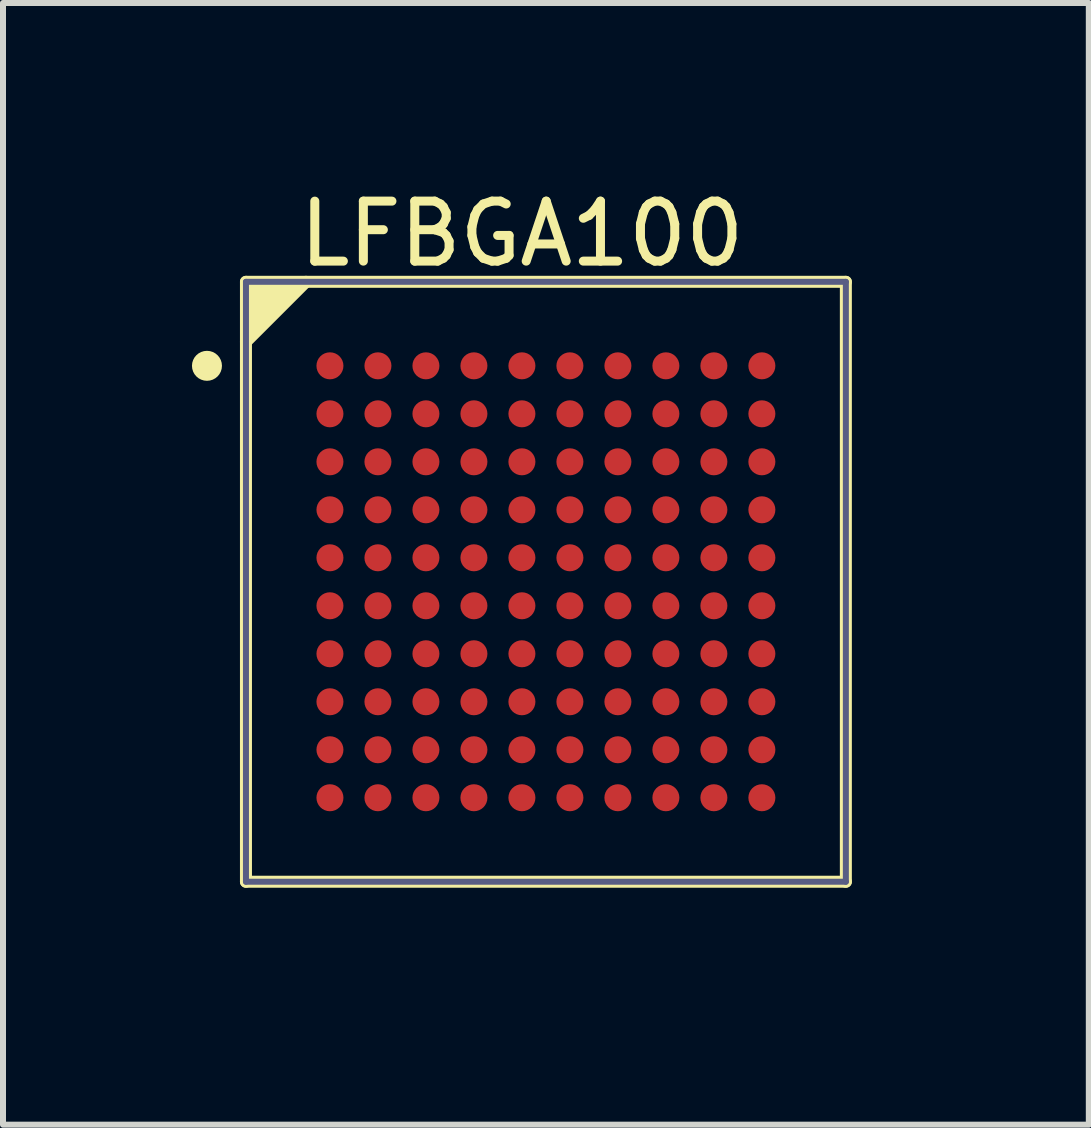
<source format=kicad_pcb>
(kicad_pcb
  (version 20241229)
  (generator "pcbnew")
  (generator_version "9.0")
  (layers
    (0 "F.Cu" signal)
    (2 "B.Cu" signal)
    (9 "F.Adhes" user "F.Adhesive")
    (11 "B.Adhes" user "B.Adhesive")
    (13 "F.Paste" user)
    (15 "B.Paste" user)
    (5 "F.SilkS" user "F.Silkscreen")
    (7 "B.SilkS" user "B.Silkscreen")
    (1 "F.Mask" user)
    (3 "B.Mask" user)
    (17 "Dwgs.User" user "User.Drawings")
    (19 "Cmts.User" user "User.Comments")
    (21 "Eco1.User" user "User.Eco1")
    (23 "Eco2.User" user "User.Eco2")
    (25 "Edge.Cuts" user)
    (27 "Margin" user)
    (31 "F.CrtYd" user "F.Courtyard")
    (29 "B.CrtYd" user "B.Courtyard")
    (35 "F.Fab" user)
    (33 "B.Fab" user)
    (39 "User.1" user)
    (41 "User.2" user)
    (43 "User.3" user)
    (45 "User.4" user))
  (footprint "LFBGA100"
    (layer "F.Cu")
    (at 6.05 6.648)
    (property "Reference" "LFBGA100" (at -0.4 -5.8 0) (layer "F.SilkS") (effects (font (size 1 1) (thickness 0.15))))
    (fp_line (start -5 -5) (end 5 -5) (stroke (width 0.2) (type solid)) (layer "F.SilkS"))
    (fp_line (start -5 -4) (end -4 -5) (stroke (width 0.2) (type solid)) (layer "F.SilkS"))
    (fp_line (start -5 5) (end -5 -5) (stroke (width 0.2) (type solid)) (layer "F.SilkS"))
    (fp_line (start -5 5) (end 5 5) (stroke (width 0.2) (type solid)) (layer "F.SilkS"))
    (fp_line (start 5 5) (end 5 -5) (stroke (width 0.2) (type solid)) (layer "F.SilkS"))
    (fp_circle (center -5.65 -3.6) (end -5.65 -3.725) (stroke (width 0.25) (type solid)) (fill no) (layer "F.SilkS"))
    (fp_poly (pts (xy -4 -5) (xy -5 -4) (xy -5 -5)) (stroke (width 0) (type default)) (fill yes) (layer "F.SilkS"))
    (fp_line (start -6 -6) (end 6 -6) (stroke (width 0.1) (type solid)) (layer "Eco2.User"))
    (fp_line (start -6 6) (end -6 -6) (stroke (width 0.1) (type solid)) (layer "Eco2.User"))
    (fp_line (start -6 6) (end 6 6) (stroke (width 0.1) (type solid)) (layer "Eco2.User"))
    (fp_line (start -0.5 0) (end 0.5 0) (stroke (width 0.1) (type solid)) (layer "Eco2.User"))
    (fp_line (start 0 0.5) (end 0 -0.5) (stroke (width 0.1) (type solid)) (layer "Eco2.User"))
    (fp_line (start 6 6) (end 6 -6) (stroke (width 0.1) (type solid)) (layer "Eco2.User"))
    (fp_line (start -5 -5) (end 5 -5) (stroke (width 0.1) (type solid)) (layer "B.Fab"))
    (fp_line (start -5 5) (end -5 -5) (stroke (width 0.1) (type solid)) (layer "B.Fab"))
    (fp_line (start -5 5) (end 5 5) (stroke (width 0.1) (type solid)) (layer "B.Fab"))
    (fp_line (start 5 5) (end 5 -5) (stroke (width 0.1) (type solid)) (layer "B.Fab"))
    (pad "A1" smd circle (at -3.6 -3.6) (size 0.45 0.45) (layers "F.Cu" "F.Mask" "F.Paste"))
    (pad "A2" smd circle (at -2.8 -3.6) (size 0.45 0.45) (layers "F.Cu" "F.Mask" "F.Paste"))
    (pad "A3" smd circle (at -2 -3.6) (size 0.45 0.45) (layers "F.Cu" "F.Mask" "F.Paste"))
    (pad "A4" smd circle (at -1.2 -3.6) (size 0.45 0.45) (layers "F.Cu" "F.Mask" "F.Paste"))
    (pad "A5" smd circle (at -0.4 -3.6) (size 0.45 0.45) (layers "F.Cu" "F.Mask" "F.Paste"))
    (pad "A6" smd circle (at 0.4 -3.6) (size 0.45 0.45) (layers "F.Cu" "F.Mask" "F.Paste"))
    (pad "A7" smd circle (at 1.2 -3.6) (size 0.45 0.45) (layers "F.Cu" "F.Mask" "F.Paste"))
    (pad "A8" smd circle (at 2 -3.6) (size 0.45 0.45) (layers "F.Cu" "F.Mask" "F.Paste"))
    (pad "A9" smd circle (at 2.8 -3.6) (size 0.45 0.45) (layers "F.Cu" "F.Mask" "F.Paste"))
    (pad "A10" smd circle (at 3.6 -3.6) (size 0.45 0.45) (layers "F.Cu" "F.Mask" "F.Paste"))
    (pad "B1" smd circle (at -3.6 -2.8) (size 0.45 0.45) (layers "F.Cu" "F.Mask" "F.Paste"))
    (pad "B2" smd circle (at -2.8 -2.8) (size 0.45 0.45) (layers "F.Cu" "F.Mask" "F.Paste"))
    (pad "B3" smd circle (at -2 -2.8) (size 0.45 0.45) (layers "F.Cu" "F.Mask" "F.Paste"))
    (pad "B4" smd circle (at -1.2 -2.8) (size 0.45 0.45) (layers "F.Cu" "F.Mask" "F.Paste"))
    (pad "B5" smd circle (at -0.4 -2.8) (size 0.45 0.45) (layers "F.Cu" "F.Mask" "F.Paste"))
    (pad "B6" smd circle (at 0.4 -2.8) (size 0.45 0.45) (layers "F.Cu" "F.Mask" "F.Paste"))
    (pad "B7" smd circle (at 1.2 -2.8) (size 0.45 0.45) (layers "F.Cu" "F.Mask" "F.Paste"))
    (pad "B8" smd circle (at 2 -2.8) (size 0.45 0.45) (layers "F.Cu" "F.Mask" "F.Paste"))
    (pad "B9" smd circle (at 2.8 -2.8) (size 0.45 0.45) (layers "F.Cu" "F.Mask" "F.Paste"))
    (pad "B10" smd circle (at 3.6 -2.8) (size 0.45 0.45) (layers "F.Cu" "F.Mask" "F.Paste"))
    (pad "C1" smd circle (at -3.6 -2) (size 0.45 0.45) (layers "F.Cu" "F.Mask" "F.Paste"))
    (pad "C2" smd circle (at -2.8 -2) (size 0.45 0.45) (layers "F.Cu" "F.Mask" "F.Paste"))
    (pad "C3" smd circle (at -2 -2) (size 0.45 0.45) (layers "F.Cu" "F.Mask" "F.Paste"))
    (pad "C4" smd circle (at -1.2 -2) (size 0.45 0.45) (layers "F.Cu" "F.Mask" "F.Paste"))
    (pad "C5" smd circle (at -0.4 -2) (size 0.45 0.45) (layers "F.Cu" "F.Mask" "F.Paste"))
    (pad "C6" smd circle (at 0.4 -2) (size 0.45 0.45) (layers "F.Cu" "F.Mask" "F.Paste"))
    (pad "C7" smd circle (at 1.2 -2) (size 0.45 0.45) (layers "F.Cu" "F.Mask" "F.Paste"))
    (pad "C8" smd circle (at 2 -2) (size 0.45 0.45) (layers "F.Cu" "F.Mask" "F.Paste"))
    (pad "C9" smd circle (at 2.8 -2) (size 0.45 0.45) (layers "F.Cu" "F.Mask" "F.Paste"))
    (pad "C10" smd circle (at 3.6 -2) (size 0.45 0.45) (layers "F.Cu" "F.Mask" "F.Paste"))
    (pad "D1" smd circle (at -3.6 -1.2) (size 0.45 0.45) (layers "F.Cu" "F.Mask" "F.Paste"))
    (pad "D2" smd circle (at -2.8 -1.2) (size 0.45 0.45) (layers "F.Cu" "F.Mask" "F.Paste"))
    (pad "D3" smd circle (at -2 -1.2) (size 0.45 0.45) (layers "F.Cu" "F.Mask" "F.Paste"))
    (pad "D4" smd circle (at -1.2 -1.2) (size 0.45 0.45) (layers "F.Cu" "F.Mask" "F.Paste"))
    (pad "D5" smd circle (at -0.4 -1.2) (size 0.45 0.45) (layers "F.Cu" "F.Mask" "F.Paste"))
    (pad "D6" smd circle (at 0.4 -1.2) (size 0.45 0.45) (layers "F.Cu" "F.Mask" "F.Paste"))
    (pad "D7" smd circle (at 1.2 -1.2) (size 0.45 0.45) (layers "F.Cu" "F.Mask" "F.Paste"))
    (pad "D8" smd circle (at 2 -1.2) (size 0.45 0.45) (layers "F.Cu" "F.Mask" "F.Paste"))
    (pad "D9" smd circle (at 2.8 -1.2) (size 0.45 0.45) (layers "F.Cu" "F.Mask" "F.Paste"))
    (pad "D10" smd circle (at 3.6 -1.2) (size 0.45 0.45) (layers "F.Cu" "F.Mask" "F.Paste"))
    (pad "E1" smd circle (at -3.6 -0.4) (size 0.45 0.45) (layers "F.Cu" "F.Mask" "F.Paste"))
    (pad "E2" smd circle (at -2.8 -0.4) (size 0.45 0.45) (layers "F.Cu" "F.Mask" "F.Paste"))
    (pad "E3" smd circle (at -2 -0.4) (size 0.45 0.45) (layers "F.Cu" "F.Mask" "F.Paste"))
    (pad "E4" smd circle (at -1.2 -0.4) (size 0.45 0.45) (layers "F.Cu" "F.Mask" "F.Paste"))
    (pad "E5" smd circle (at -0.4 -0.4) (size 0.45 0.45) (layers "F.Cu" "F.Mask" "F.Paste"))
    (pad "E6" smd circle (at 0.4 -0.4) (size 0.45 0.45) (layers "F.Cu" "F.Mask" "F.Paste"))
    (pad "E7" smd circle (at 1.2 -0.4) (size 0.45 0.45) (layers "F.Cu" "F.Mask" "F.Paste"))
    (pad "E8" smd circle (at 2 -0.4) (size 0.45 0.45) (layers "F.Cu" "F.Mask" "F.Paste"))
    (pad "E9" smd circle (at 2.8 -0.4) (size 0.45 0.45) (layers "F.Cu" "F.Mask" "F.Paste"))
    (pad "E10" smd circle (at 3.6 -0.4) (size 0.45 0.45) (layers "F.Cu" "F.Mask" "F.Paste"))
    (pad "F1" smd circle (at -3.6 0.4) (size 0.45 0.45) (layers "F.Cu" "F.Mask" "F.Paste"))
    (pad "F2" smd circle (at -2.8 0.4) (size 0.45 0.45) (layers "F.Cu" "F.Mask" "F.Paste"))
    (pad "F3" smd circle (at -2 0.4) (size 0.45 0.45) (layers "F.Cu" "F.Mask" "F.Paste"))
    (pad "F4" smd circle (at -1.2 0.4) (size 0.45 0.45) (layers "F.Cu" "F.Mask" "F.Paste"))
    (pad "F5" smd circle (at -0.4 0.4) (size 0.45 0.45) (layers "F.Cu" "F.Mask" "F.Paste"))
    (pad "F6" smd circle (at 0.4 0.4) (size 0.45 0.45) (layers "F.Cu" "F.Mask" "F.Paste"))
    (pad "F7" smd circle (at 1.2 0.4) (size 0.45 0.45) (layers "F.Cu" "F.Mask" "F.Paste"))
    (pad "F8" smd circle (at 2 0.4) (size 0.45 0.45) (layers "F.Cu" "F.Mask" "F.Paste"))
    (pad "F9" smd circle (at 2.8 0.4) (size 0.45 0.45) (layers "F.Cu" "F.Mask" "F.Paste"))
    (pad "F10" smd circle (at 3.6 0.4) (size 0.45 0.45) (layers "F.Cu" "F.Mask" "F.Paste"))
    (pad "G1" smd circle (at -3.6 1.2) (size 0.45 0.45) (layers "F.Cu" "F.Mask" "F.Paste"))
    (pad "G2" smd circle (at -2.8 1.2) (size 0.45 0.45) (layers "F.Cu" "F.Mask" "F.Paste"))
    (pad "G3" smd circle (at -2 1.2) (size 0.45 0.45) (layers "F.Cu" "F.Mask" "F.Paste"))
    (pad "G4" smd circle (at -1.2 1.2) (size 0.45 0.45) (layers "F.Cu" "F.Mask" "F.Paste"))
    (pad "G5" smd circle (at -0.4 1.2) (size 0.45 0.45) (layers "F.Cu" "F.Mask" "F.Paste"))
    (pad "G6" smd circle (at 0.4 1.2) (size 0.45 0.45) (layers "F.Cu" "F.Mask" "F.Paste"))
    (pad "G7" smd circle (at 1.2 1.2) (size 0.45 0.45) (layers "F.Cu" "F.Mask" "F.Paste"))
    (pad "G8" smd circle (at 2 1.2) (size 0.45 0.45) (layers "F.Cu" "F.Mask" "F.Paste"))
    (pad "G9" smd circle (at 2.8 1.2) (size 0.45 0.45) (layers "F.Cu" "F.Mask" "F.Paste"))
    (pad "G10" smd circle (at 3.6 1.2) (size 0.45 0.45) (layers "F.Cu" "F.Mask" "F.Paste"))
    (pad "H1" smd circle (at -3.6 2) (size 0.45 0.45) (layers "F.Cu" "F.Mask" "F.Paste"))
    (pad "H2" smd circle (at -2.8 2) (size 0.45 0.45) (layers "F.Cu" "F.Mask" "F.Paste"))
    (pad "H3" smd circle (at -2 2) (size 0.45 0.45) (layers "F.Cu" "F.Mask" "F.Paste"))
    (pad "H4" smd circle (at -1.2 2) (size 0.45 0.45) (layers "F.Cu" "F.Mask" "F.Paste"))
    (pad "H5" smd circle (at -0.4 2) (size 0.45 0.45) (layers "F.Cu" "F.Mask" "F.Paste"))
    (pad "H6" smd circle (at 0.4 2) (size 0.45 0.45) (layers "F.Cu" "F.Mask" "F.Paste"))
    (pad "H7" smd circle (at 1.2 2) (size 0.45 0.45) (layers "F.Cu" "F.Mask" "F.Paste"))
    (pad "H8" smd circle (at 2 2) (size 0.45 0.45) (layers "F.Cu" "F.Mask" "F.Paste"))
    (pad "H9" smd circle (at 2.8 2) (size 0.45 0.45) (layers "F.Cu" "F.Mask" "F.Paste"))
    (pad "H10" smd circle (at 3.6 2) (size 0.45 0.45) (layers "F.Cu" "F.Mask" "F.Paste"))
    (pad "J1" smd circle (at -3.6 2.8) (size 0.45 0.45) (layers "F.Cu" "F.Mask" "F.Paste"))
    (pad "J2" smd circle (at -2.8 2.8) (size 0.45 0.45) (layers "F.Cu" "F.Mask" "F.Paste"))
    (pad "J3" smd circle (at -2 2.8) (size 0.45 0.45) (layers "F.Cu" "F.Mask" "F.Paste"))
    (pad "J4" smd circle (at -1.2 2.8) (size 0.45 0.45) (layers "F.Cu" "F.Mask" "F.Paste"))
    (pad "J5" smd circle (at -0.4 2.8) (size 0.45 0.45) (layers "F.Cu" "F.Mask" "F.Paste"))
    (pad "J6" smd circle (at 0.4 2.8) (size 0.45 0.45) (layers "F.Cu" "F.Mask" "F.Paste"))
    (pad "J7" smd circle (at 1.2 2.8) (size 0.45 0.45) (layers "F.Cu" "F.Mask" "F.Paste"))
    (pad "J8" smd circle (at 2 2.8) (size 0.45 0.45) (layers "F.Cu" "F.Mask" "F.Paste"))
    (pad "J9" smd circle (at 2.8 2.8) (size 0.45 0.45) (layers "F.Cu" "F.Mask" "F.Paste"))
    (pad "J10" smd circle (at 3.6 2.8) (size 0.45 0.45) (layers "F.Cu" "F.Mask" "F.Paste"))
    (pad "K1" smd circle (at -3.6 3.6) (size 0.45 0.45) (layers "F.Cu" "F.Mask" "F.Paste"))
    (pad "K2" smd circle (at -2.8 3.6) (size 0.45 0.45) (layers "F.Cu" "F.Mask" "F.Paste"))
    (pad "K3" smd circle (at -2 3.6) (size 0.45 0.45) (layers "F.Cu" "F.Mask" "F.Paste"))
    (pad "K4" smd circle (at -1.2 3.6) (size 0.45 0.45) (layers "F.Cu" "F.Mask" "F.Paste"))
    (pad "K5" smd circle (at -0.4 3.6) (size 0.45 0.45) (layers "F.Cu" "F.Mask" "F.Paste"))
    (pad "K6" smd circle (at 0.4 3.6) (size 0.45 0.45) (layers "F.Cu" "F.Mask" "F.Paste"))
    (pad "K7" smd circle (at 1.2 3.6) (size 0.45 0.45) (layers "F.Cu" "F.Mask" "F.Paste"))
    (pad "K8" smd circle (at 2 3.6) (size 0.45 0.45) (layers "F.Cu" "F.Mask" "F.Paste"))
    (pad "K9" smd circle (at 2.8 3.6) (size 0.45 0.45) (layers "F.Cu" "F.Mask" "F.Paste"))
    (pad "K10" smd circle (at 3.6 3.6) (size 0.45 0.45) (layers "F.Cu" "F.Mask" "F.Paste")))
  (gr_rect
    (start -3 -3)
    (end 15.1 15.698)
    (stroke (width 0.1) (type default))
    (fill no)
    (layer "Edge.Cuts")))
</source>
